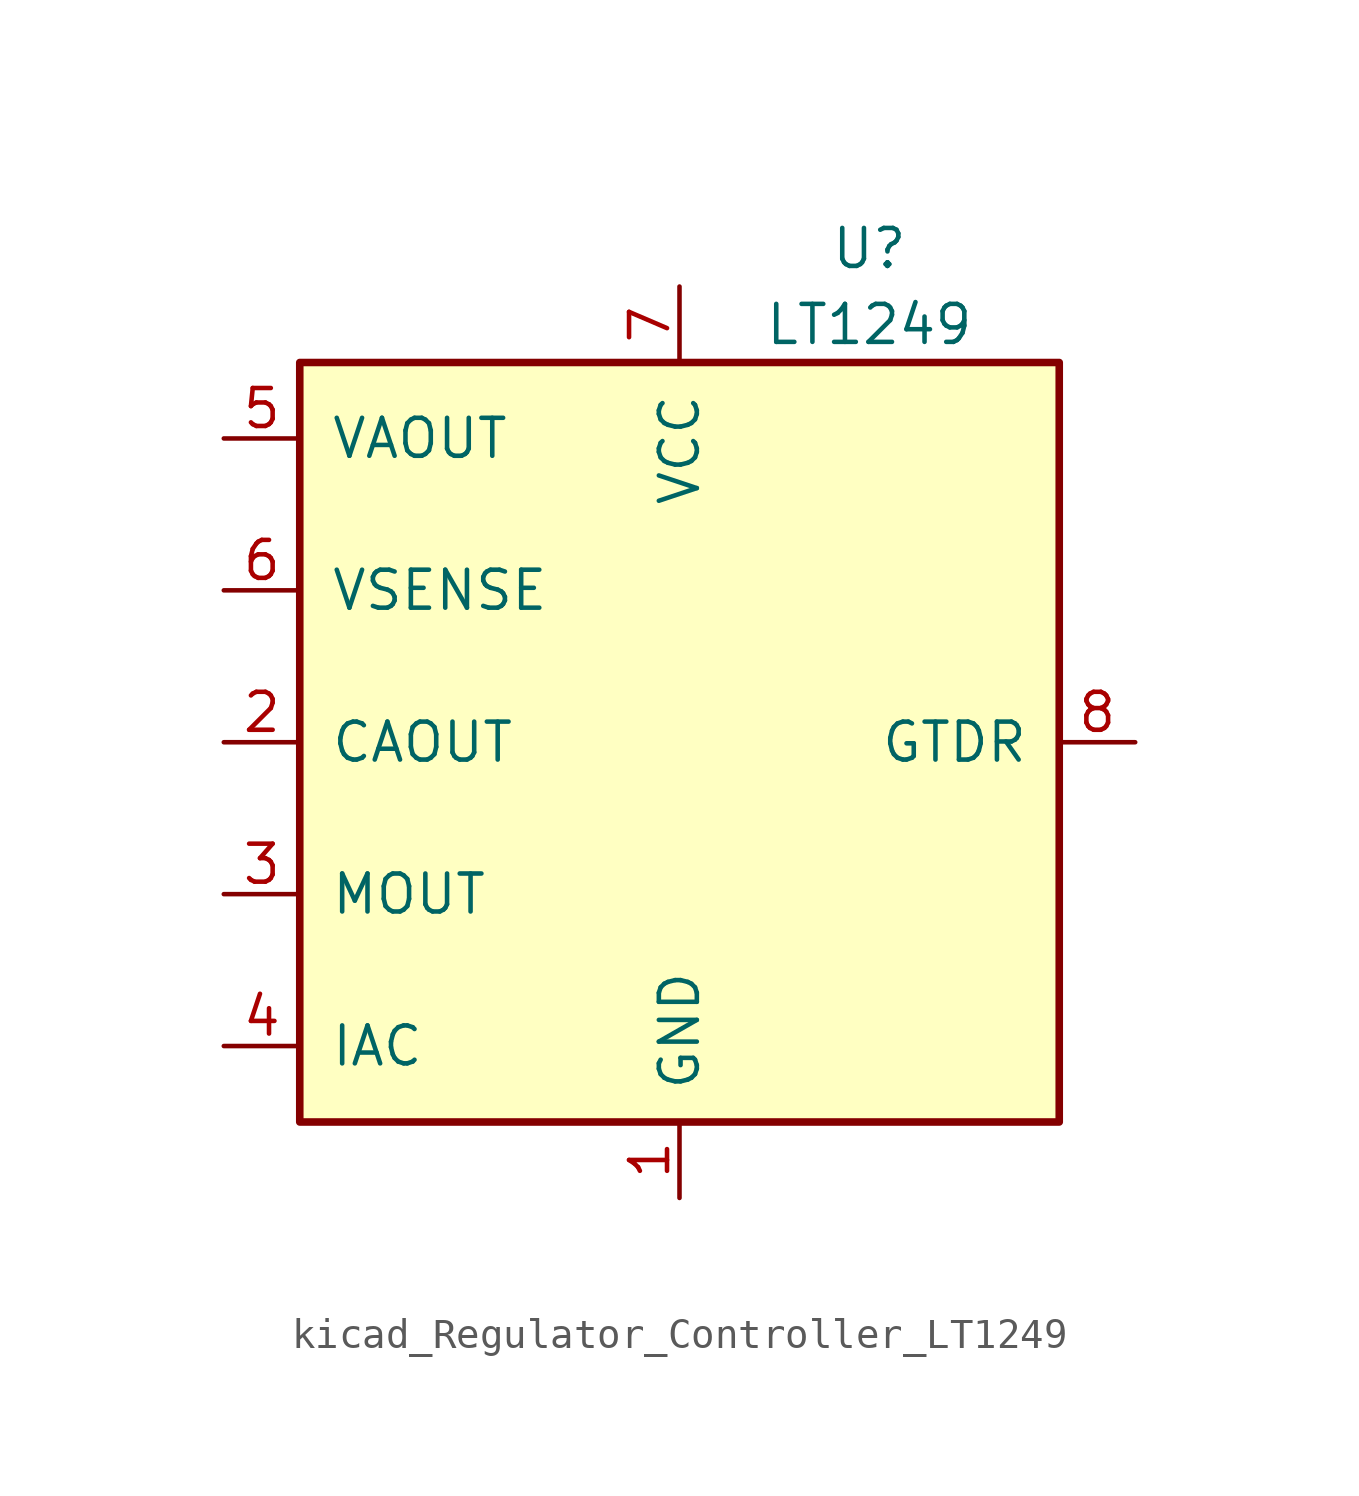
<source format=kicad_sym>
(kicad_symbol_lib
  (version 20220914)
  (generator kicad_symbol_editor)
  (symbol "kicad_Regulator_Controller_LT1249"
    (pin_names
      (offset 1.016))
    (property "Reference" "U"
      (at 6.35 16.51 0)
      (effects (font (size 1.27 1.27))))
    (property "Value" "LT1249"
      (at 6.35 13.97 0)
      (effects (font (size 1.27 1.27))))
    (symbol "kicad_Regulator_Controller_LT1249_0_1"
      (rectangle (start -12.7 12.7) (end 12.7 -12.7) (stroke (width 0.254) (type default)) (fill (type background))))
    (symbol "kicad_Regulator_Controller_LT1249_1_1"
      (pin power_in line (at 0 -15.24 90) (length 2.54) (name "GND" (effects (font (size 1.27 1.27)))) (number "1" (effects (font (size 1.27 1.27)))))
      (pin output line (at -15.24 0 0) (length 2.54) (name "CAOUT" (effects (font (size 1.27 1.27)))) (number "2" (effects (font (size 1.27 1.27)))))
      (pin input line (at -15.24 -5.08 0) (length 2.54) (name "MOUT" (effects (font (size 1.27 1.27)))) (number "3" (effects (font (size 1.27 1.27)))))
      (pin input line (at -15.24 -10.16 0) (length 2.54) (name "IAC" (effects (font (size 1.27 1.27)))) (number "4" (effects (font (size 1.27 1.27)))))
      (pin output line (at -15.24 10.16 0) (length 2.54) (name "VAOUT" (effects (font (size 1.27 1.27)))) (number "5" (effects (font (size 1.27 1.27)))))
      (pin input line (at -15.24 5.08 0) (length 2.54) (name "VSENSE" (effects (font (size 1.27 1.27)))) (number "6" (effects (font (size 1.27 1.27)))))
      (pin power_in line (at 0 15.24 270) (length 2.54) (name "VCC" (effects (font (size 1.27 1.27)))) (number "7" (effects (font (size 1.27 1.27)))))
      (pin output line (at 15.24 0 180) (length 2.54) (name "GTDR" (effects (font (size 1.27 1.27)))) (number "8" (effects (font (size 1.27 1.27))))))))
</source>
